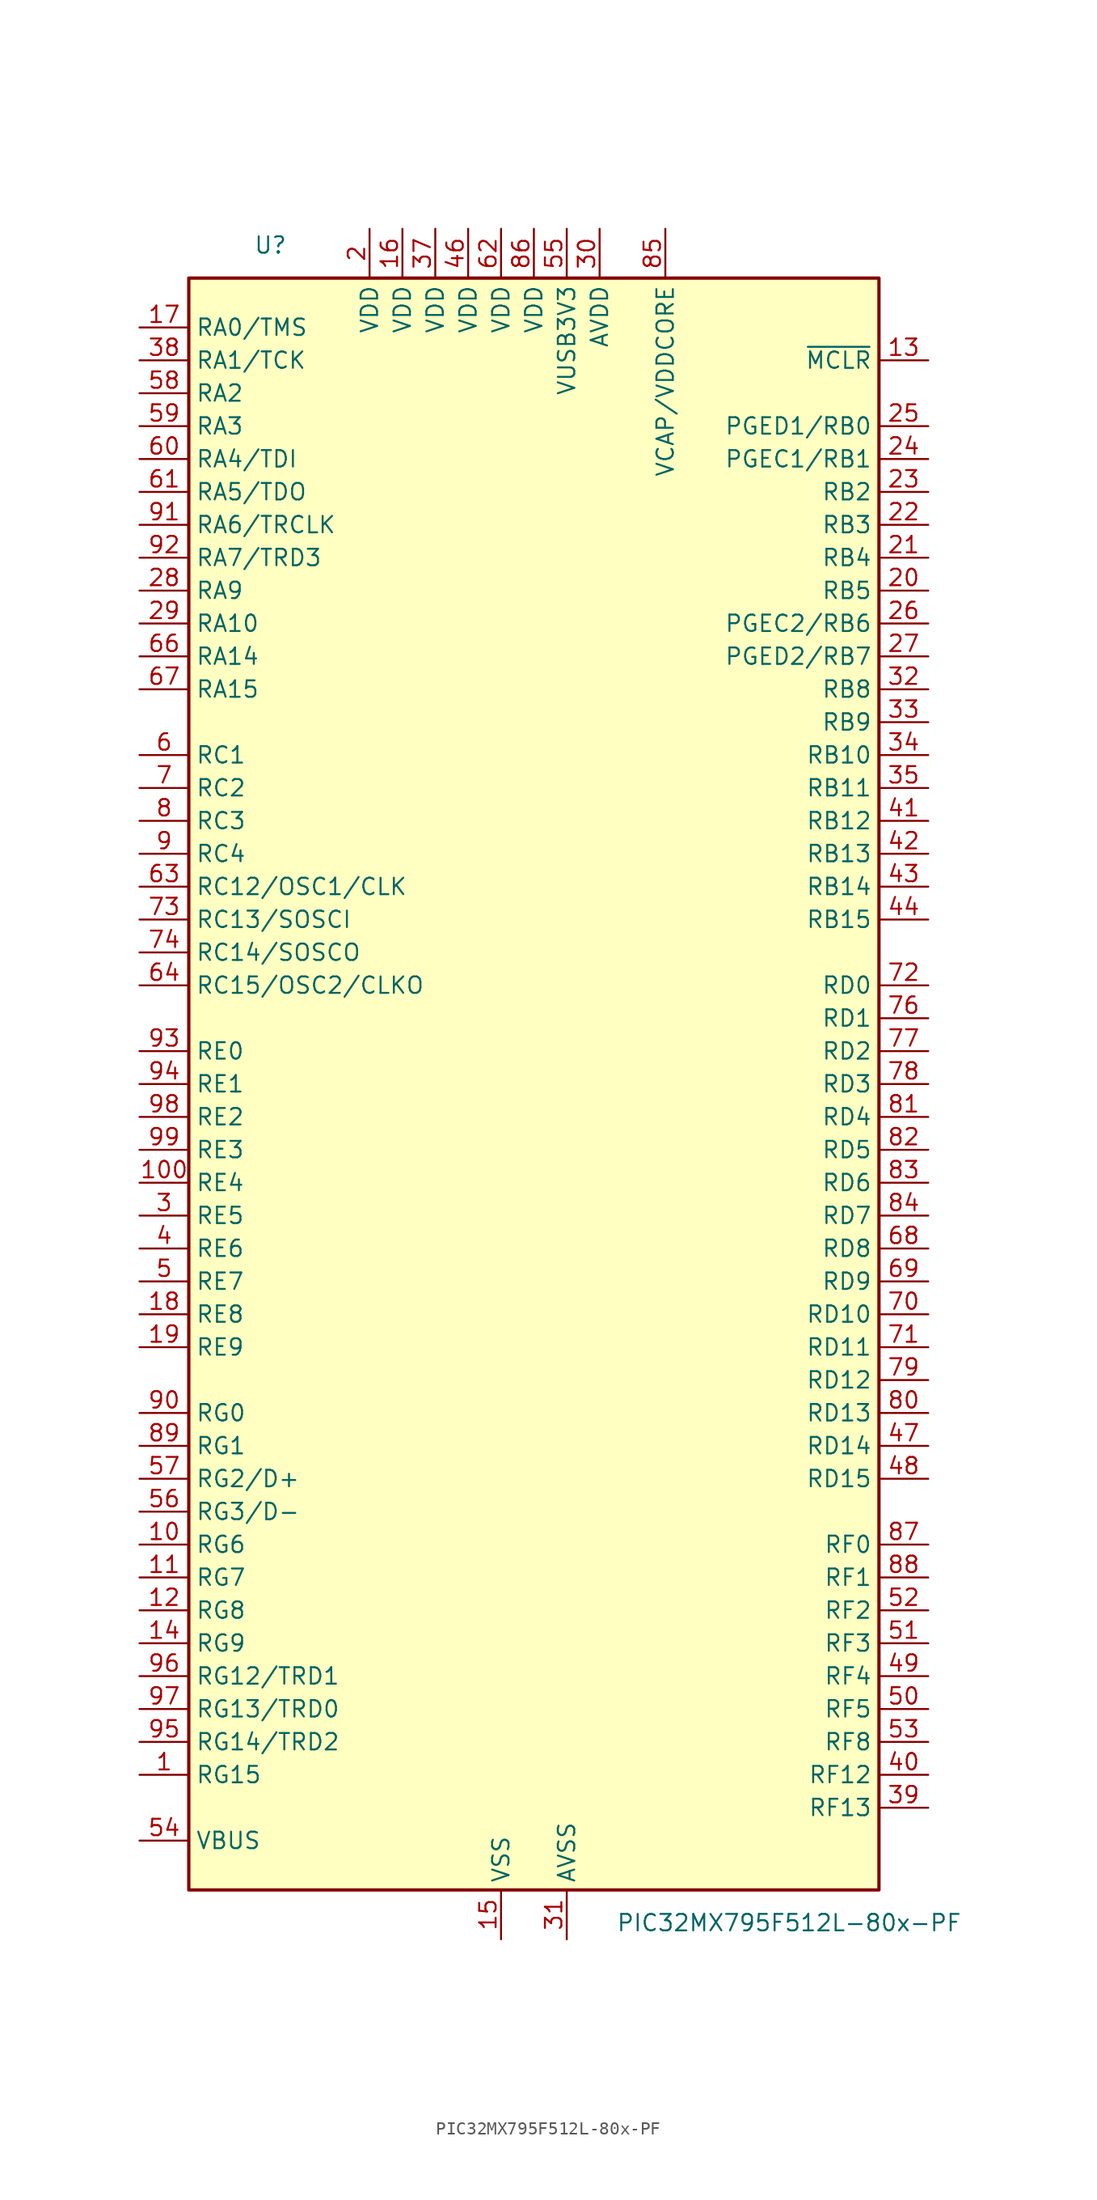
<source format=kicad_sym>
(kicad_symbol_lib
  (version 20211014)
  (generator kicad_symbol_editor)
  (symbol "PIC32MX795F512L-80x-PF"
    (property "Reference" "U"
      (at -19.05 64.77 0)
      (effects (font (size 1.27 1.27)) (justify right)))
    (property "Value" "PIC32MX795F512L-80x-PF"
      (at 6.35 -64.77 0)
      (effects (font (size 1.27 1.27)) (justify left)))
    (symbol "PIC32MX795F512L-80x-PF_0_1"
      (rectangle (start -26.67 62.23) (end 26.67 -62.23) (stroke (width 0.254) (type default) (color 0 0 0 0)) (fill (type background))))
    (symbol "PIC32MX795F512L-80x-PF_1_1"
      (pin bidirectional line (at -30.48 -53.34 0) (length 3.81) (name "RG15" (effects (font (size 1.27 1.27)))) (number "1" (effects (font (size 1.27 1.27)))))
      (pin bidirectional line (at -30.48 -35.56 0) (length 3.81) (name "RG6" (effects (font (size 1.27 1.27)))) (number "10" (effects (font (size 1.27 1.27)))))
      (pin bidirectional line (at -30.48 -7.62 0) (length 3.81) (name "RE4" (effects (font (size 1.27 1.27)))) (number "100" (effects (font (size 1.27 1.27)))))
      (pin bidirectional line (at -30.48 -38.1 0) (length 3.81) (name "RG7" (effects (font (size 1.27 1.27)))) (number "11" (effects (font (size 1.27 1.27)))))
      (pin bidirectional line (at -30.48 -40.64 0) (length 3.81) (name "RG8" (effects (font (size 1.27 1.27)))) (number "12" (effects (font (size 1.27 1.27)))))
      (pin input line (at 30.48 55.88 180) (length 3.81) (name "~{MCLR}" (effects (font (size 1.27 1.27)))) (number "13" (effects (font (size 1.27 1.27)))))
      (pin bidirectional line (at -30.48 -43.18 0) (length 3.81) (name "RG9" (effects (font (size 1.27 1.27)))) (number "14" (effects (font (size 1.27 1.27)))))
      (pin power_in line (at -2.54 -66.04 90) (length 3.81) (name "VSS" (effects (font (size 1.27 1.27)))) (number "15" (effects (font (size 1.27 1.27)))))
      (pin power_in line (at -10.16 66.04 270) (length 3.81) (name "VDD" (effects (font (size 1.27 1.27)))) (number "16" (effects (font (size 1.27 1.27)))))
      (pin bidirectional line (at -30.48 58.42 0) (length 3.81) (name "RA0/TMS" (effects (font (size 1.27 1.27)))) (number "17" (effects (font (size 1.27 1.27)))))
      (pin bidirectional line (at -30.48 -17.78 0) (length 3.81) (name "RE8" (effects (font (size 1.27 1.27)))) (number "18" (effects (font (size 1.27 1.27)))))
      (pin bidirectional line (at -30.48 -20.32 0) (length 3.81) (name "RE9" (effects (font (size 1.27 1.27)))) (number "19" (effects (font (size 1.27 1.27)))))
      (pin power_in line (at -12.7 66.04 270) (length 3.81) (name "VDD" (effects (font (size 1.27 1.27)))) (number "2" (effects (font (size 1.27 1.27)))))
      (pin bidirectional line (at 30.48 38.1 180) (length 3.81) (name "RB5" (effects (font (size 1.27 1.27)))) (number "20" (effects (font (size 1.27 1.27)))))
      (pin bidirectional line (at 30.48 40.64 180) (length 3.81) (name "RB4" (effects (font (size 1.27 1.27)))) (number "21" (effects (font (size 1.27 1.27)))))
      (pin bidirectional line (at 30.48 43.18 180) (length 3.81) (name "RB3" (effects (font (size 1.27 1.27)))) (number "22" (effects (font (size 1.27 1.27)))))
      (pin bidirectional line (at 30.48 45.72 180) (length 3.81) (name "RB2" (effects (font (size 1.27 1.27)))) (number "23" (effects (font (size 1.27 1.27)))))
      (pin bidirectional line (at 30.48 48.26 180) (length 3.81) (name "PGEC1/RB1" (effects (font (size 1.27 1.27)))) (number "24" (effects (font (size 1.27 1.27)))))
      (pin bidirectional line (at 30.48 50.8 180) (length 3.81) (name "PGED1/RB0" (effects (font (size 1.27 1.27)))) (number "25" (effects (font (size 1.27 1.27)))))
      (pin bidirectional line (at 30.48 35.56 180) (length 3.81) (name "PGEC2/RB6" (effects (font (size 1.27 1.27)))) (number "26" (effects (font (size 1.27 1.27)))))
      (pin bidirectional line (at 30.48 33.02 180) (length 3.81) (name "PGED2/RB7" (effects (font (size 1.27 1.27)))) (number "27" (effects (font (size 1.27 1.27)))))
      (pin bidirectional line (at -30.48 38.1 0) (length 3.81) (name "RA9" (effects (font (size 1.27 1.27)))) (number "28" (effects (font (size 1.27 1.27)))))
      (pin bidirectional line (at -30.48 35.56 0) (length 3.81) (name "RA10" (effects (font (size 1.27 1.27)))) (number "29" (effects (font (size 1.27 1.27)))))
      (pin bidirectional line (at -30.48 -10.16 0) (length 3.81) (name "RE5" (effects (font (size 1.27 1.27)))) (number "3" (effects (font (size 1.27 1.27)))))
      (pin power_in line (at 5.08 66.04 270) (length 3.81) (name "AVDD" (effects (font (size 1.27 1.27)))) (number "30" (effects (font (size 1.27 1.27)))))
      (pin power_in line (at 2.54 -66.04 90) (length 3.81) (name "AVSS" (effects (font (size 1.27 1.27)))) (number "31" (effects (font (size 1.27 1.27)))))
      (pin bidirectional line (at 30.48 30.48 180) (length 3.81) (name "RB8" (effects (font (size 1.27 1.27)))) (number "32" (effects (font (size 1.27 1.27)))))
      (pin bidirectional line (at 30.48 27.94 180) (length 3.81) (name "RB9" (effects (font (size 1.27 1.27)))) (number "33" (effects (font (size 1.27 1.27)))))
      (pin bidirectional line (at 30.48 25.4 180) (length 3.81) (name "RB10" (effects (font (size 1.27 1.27)))) (number "34" (effects (font (size 1.27 1.27)))))
      (pin bidirectional line (at 30.48 22.86 180) (length 3.81) (name "RB11" (effects (font (size 1.27 1.27)))) (number "35" (effects (font (size 1.27 1.27)))))
      (pin passive line (at -2.54 -66.04 90) (length 3.81) hide (name "VSS" (effects (font (size 1.27 1.27)))) (number "36" (effects (font (size 1.27 1.27)))))
      (pin power_in line (at -7.62 66.04 270) (length 3.81) (name "VDD" (effects (font (size 1.27 1.27)))) (number "37" (effects (font (size 1.27 1.27)))))
      (pin bidirectional line (at -30.48 55.88 0) (length 3.81) (name "RA1/TCK" (effects (font (size 1.27 1.27)))) (number "38" (effects (font (size 1.27 1.27)))))
      (pin bidirectional line (at 30.48 -55.88 180) (length 3.81) (name "RF13" (effects (font (size 1.27 1.27)))) (number "39" (effects (font (size 1.27 1.27)))))
      (pin bidirectional line (at -30.48 -12.7 0) (length 3.81) (name "RE6" (effects (font (size 1.27 1.27)))) (number "4" (effects (font (size 1.27 1.27)))))
      (pin bidirectional line (at 30.48 -53.34 180) (length 3.81) (name "RF12" (effects (font (size 1.27 1.27)))) (number "40" (effects (font (size 1.27 1.27)))))
      (pin bidirectional line (at 30.48 20.32 180) (length 3.81) (name "RB12" (effects (font (size 1.27 1.27)))) (number "41" (effects (font (size 1.27 1.27)))))
      (pin bidirectional line (at 30.48 17.78 180) (length 3.81) (name "RB13" (effects (font (size 1.27 1.27)))) (number "42" (effects (font (size 1.27 1.27)))))
      (pin bidirectional line (at 30.48 15.24 180) (length 3.81) (name "RB14" (effects (font (size 1.27 1.27)))) (number "43" (effects (font (size 1.27 1.27)))))
      (pin bidirectional line (at 30.48 12.7 180) (length 3.81) (name "RB15" (effects (font (size 1.27 1.27)))) (number "44" (effects (font (size 1.27 1.27)))))
      (pin passive line (at -2.54 -66.04 90) (length 3.81) hide (name "VSS" (effects (font (size 1.27 1.27)))) (number "45" (effects (font (size 1.27 1.27)))))
      (pin power_in line (at -5.08 66.04 270) (length 3.81) (name "VDD" (effects (font (size 1.27 1.27)))) (number "46" (effects (font (size 1.27 1.27)))))
      (pin bidirectional line (at 30.48 -27.94 180) (length 3.81) (name "RD14" (effects (font (size 1.27 1.27)))) (number "47" (effects (font (size 1.27 1.27)))))
      (pin bidirectional line (at 30.48 -30.48 180) (length 3.81) (name "RD15" (effects (font (size 1.27 1.27)))) (number "48" (effects (font (size 1.27 1.27)))))
      (pin bidirectional line (at 30.48 -45.72 180) (length 3.81) (name "RF4" (effects (font (size 1.27 1.27)))) (number "49" (effects (font (size 1.27 1.27)))))
      (pin bidirectional line (at -30.48 -15.24 0) (length 3.81) (name "RE7" (effects (font (size 1.27 1.27)))) (number "5" (effects (font (size 1.27 1.27)))))
      (pin bidirectional line (at 30.48 -48.26 180) (length 3.81) (name "RF5" (effects (font (size 1.27 1.27)))) (number "50" (effects (font (size 1.27 1.27)))))
      (pin bidirectional line (at 30.48 -43.18 180) (length 3.81) (name "RF3" (effects (font (size 1.27 1.27)))) (number "51" (effects (font (size 1.27 1.27)))))
      (pin bidirectional line (at 30.48 -40.64 180) (length 3.81) (name "RF2" (effects (font (size 1.27 1.27)))) (number "52" (effects (font (size 1.27 1.27)))))
      (pin bidirectional line (at 30.48 -50.8 180) (length 3.81) (name "RF8" (effects (font (size 1.27 1.27)))) (number "53" (effects (font (size 1.27 1.27)))))
      (pin input line (at -30.48 -58.42 0) (length 3.81) (name "VBUS" (effects (font (size 1.27 1.27)))) (number "54" (effects (font (size 1.27 1.27)))))
      (pin power_in line (at 2.54 66.04 270) (length 3.81) (name "VUSB3V3" (effects (font (size 1.27 1.27)))) (number "55" (effects (font (size 1.27 1.27)))))
      (pin bidirectional line (at -30.48 -33.02 0) (length 3.81) (name "RG3/D-" (effects (font (size 1.27 1.27)))) (number "56" (effects (font (size 1.27 1.27)))))
      (pin bidirectional line (at -30.48 -30.48 0) (length 3.81) (name "RG2/D+" (effects (font (size 1.27 1.27)))) (number "57" (effects (font (size 1.27 1.27)))))
      (pin bidirectional line (at -30.48 53.34 0) (length 3.81) (name "RA2" (effects (font (size 1.27 1.27)))) (number "58" (effects (font (size 1.27 1.27)))))
      (pin bidirectional line (at -30.48 50.8 0) (length 3.81) (name "RA3" (effects (font (size 1.27 1.27)))) (number "59" (effects (font (size 1.27 1.27)))))
      (pin bidirectional line (at -30.48 25.4 0) (length 3.81) (name "RC1" (effects (font (size 1.27 1.27)))) (number "6" (effects (font (size 1.27 1.27)))))
      (pin bidirectional line (at -30.48 48.26 0) (length 3.81) (name "RA4/TDI" (effects (font (size 1.27 1.27)))) (number "60" (effects (font (size 1.27 1.27)))))
      (pin bidirectional line (at -30.48 45.72 0) (length 3.81) (name "RA5/TDO" (effects (font (size 1.27 1.27)))) (number "61" (effects (font (size 1.27 1.27)))))
      (pin power_in line (at -2.54 66.04 270) (length 3.81) (name "VDD" (effects (font (size 1.27 1.27)))) (number "62" (effects (font (size 1.27 1.27)))))
      (pin bidirectional line (at -30.48 15.24 0) (length 3.81) (name "RC12/OSC1/CLK" (effects (font (size 1.27 1.27)))) (number "63" (effects (font (size 1.27 1.27)))))
      (pin bidirectional line (at -30.48 7.62 0) (length 3.81) (name "RC15/OSC2/CLKO" (effects (font (size 1.27 1.27)))) (number "64" (effects (font (size 1.27 1.27)))))
      (pin passive line (at -2.54 -66.04 90) (length 3.81) hide (name "VSS" (effects (font (size 1.27 1.27)))) (number "65" (effects (font (size 1.27 1.27)))))
      (pin bidirectional line (at -30.48 33.02 0) (length 3.81) (name "RA14" (effects (font (size 1.27 1.27)))) (number "66" (effects (font (size 1.27 1.27)))))
      (pin bidirectional line (at -30.48 30.48 0) (length 3.81) (name "RA15" (effects (font (size 1.27 1.27)))) (number "67" (effects (font (size 1.27 1.27)))))
      (pin bidirectional line (at 30.48 -12.7 180) (length 3.81) (name "RD8" (effects (font (size 1.27 1.27)))) (number "68" (effects (font (size 1.27 1.27)))))
      (pin bidirectional line (at 30.48 -15.24 180) (length 3.81) (name "RD9" (effects (font (size 1.27 1.27)))) (number "69" (effects (font (size 1.27 1.27)))))
      (pin bidirectional line (at -30.48 22.86 0) (length 3.81) (name "RC2" (effects (font (size 1.27 1.27)))) (number "7" (effects (font (size 1.27 1.27)))))
      (pin bidirectional line (at 30.48 -17.78 180) (length 3.81) (name "RD10" (effects (font (size 1.27 1.27)))) (number "70" (effects (font (size 1.27 1.27)))))
      (pin bidirectional line (at 30.48 -20.32 180) (length 3.81) (name "RD11" (effects (font (size 1.27 1.27)))) (number "71" (effects (font (size 1.27 1.27)))))
      (pin bidirectional line (at 30.48 7.62 180) (length 3.81) (name "RD0" (effects (font (size 1.27 1.27)))) (number "72" (effects (font (size 1.27 1.27)))))
      (pin bidirectional line (at -30.48 12.7 0) (length 3.81) (name "RC13/SOSCI" (effects (font (size 1.27 1.27)))) (number "73" (effects (font (size 1.27 1.27)))))
      (pin bidirectional line (at -30.48 10.16 0) (length 3.81) (name "RC14/SOSCO" (effects (font (size 1.27 1.27)))) (number "74" (effects (font (size 1.27 1.27)))))
      (pin passive line (at -2.54 -66.04 90) (length 3.81) hide (name "VSS" (effects (font (size 1.27 1.27)))) (number "75" (effects (font (size 1.27 1.27)))))
      (pin bidirectional line (at 30.48 5.08 180) (length 3.81) (name "RD1" (effects (font (size 1.27 1.27)))) (number "76" (effects (font (size 1.27 1.27)))))
      (pin bidirectional line (at 30.48 2.54 180) (length 3.81) (name "RD2" (effects (font (size 1.27 1.27)))) (number "77" (effects (font (size 1.27 1.27)))))
      (pin bidirectional line (at 30.48 0 180) (length 3.81) (name "RD3" (effects (font (size 1.27 1.27)))) (number "78" (effects (font (size 1.27 1.27)))))
      (pin bidirectional line (at 30.48 -22.86 180) (length 3.81) (name "RD12" (effects (font (size 1.27 1.27)))) (number "79" (effects (font (size 1.27 1.27)))))
      (pin bidirectional line (at -30.48 20.32 0) (length 3.81) (name "RC3" (effects (font (size 1.27 1.27)))) (number "8" (effects (font (size 1.27 1.27)))))
      (pin bidirectional line (at 30.48 -25.4 180) (length 3.81) (name "RD13" (effects (font (size 1.27 1.27)))) (number "80" (effects (font (size 1.27 1.27)))))
      (pin bidirectional line (at 30.48 -2.54 180) (length 3.81) (name "RD4" (effects (font (size 1.27 1.27)))) (number "81" (effects (font (size 1.27 1.27)))))
      (pin bidirectional line (at 30.48 -5.08 180) (length 3.81) (name "RD5" (effects (font (size 1.27 1.27)))) (number "82" (effects (font (size 1.27 1.27)))))
      (pin bidirectional line (at 30.48 -7.62 180) (length 3.81) (name "RD6" (effects (font (size 1.27 1.27)))) (number "83" (effects (font (size 1.27 1.27)))))
      (pin bidirectional line (at 30.48 -10.16 180) (length 3.81) (name "RD7" (effects (font (size 1.27 1.27)))) (number "84" (effects (font (size 1.27 1.27)))))
      (pin power_out line (at 10.16 66.04 270) (length 3.81) (name "VCAP/VDDCORE" (effects (font (size 1.27 1.27)))) (number "85" (effects (font (size 1.27 1.27)))))
      (pin power_in line (at 0 66.04 270) (length 3.81) (name "VDD" (effects (font (size 1.27 1.27)))) (number "86" (effects (font (size 1.27 1.27)))))
      (pin bidirectional line (at 30.48 -35.56 180) (length 3.81) (name "RF0" (effects (font (size 1.27 1.27)))) (number "87" (effects (font (size 1.27 1.27)))))
      (pin bidirectional line (at 30.48 -38.1 180) (length 3.81) (name "RF1" (effects (font (size 1.27 1.27)))) (number "88" (effects (font (size 1.27 1.27)))))
      (pin bidirectional line (at -30.48 -27.94 0) (length 3.81) (name "RG1" (effects (font (size 1.27 1.27)))) (number "89" (effects (font (size 1.27 1.27)))))
      (pin bidirectional line (at -30.48 17.78 0) (length 3.81) (name "RC4" (effects (font (size 1.27 1.27)))) (number "9" (effects (font (size 1.27 1.27)))))
      (pin bidirectional line (at -30.48 -25.4 0) (length 3.81) (name "RG0" (effects (font (size 1.27 1.27)))) (number "90" (effects (font (size 1.27 1.27)))))
      (pin bidirectional line (at -30.48 43.18 0) (length 3.81) (name "RA6/TRCLK" (effects (font (size 1.27 1.27)))) (number "91" (effects (font (size 1.27 1.27)))))
      (pin bidirectional line (at -30.48 40.64 0) (length 3.81) (name "RA7/TRD3" (effects (font (size 1.27 1.27)))) (number "92" (effects (font (size 1.27 1.27)))))
      (pin bidirectional line (at -30.48 2.54 0) (length 3.81) (name "RE0" (effects (font (size 1.27 1.27)))) (number "93" (effects (font (size 1.27 1.27)))))
      (pin bidirectional line (at -30.48 0 0) (length 3.81) (name "RE1" (effects (font (size 1.27 1.27)))) (number "94" (effects (font (size 1.27 1.27)))))
      (pin bidirectional line (at -30.48 -50.8 0) (length 3.81) (name "RG14/TRD2" (effects (font (size 1.27 1.27)))) (number "95" (effects (font (size 1.27 1.27)))))
      (pin bidirectional line (at -30.48 -45.72 0) (length 3.81) (name "RG12/TRD1" (effects (font (size 1.27 1.27)))) (number "96" (effects (font (size 1.27 1.27)))))
      (pin bidirectional line (at -30.48 -48.26 0) (length 3.81) (name "RG13/TRD0" (effects (font (size 1.27 1.27)))) (number "97" (effects (font (size 1.27 1.27)))))
      (pin bidirectional line (at -30.48 -2.54 0) (length 3.81) (name "RE2" (effects (font (size 1.27 1.27)))) (number "98" (effects (font (size 1.27 1.27)))))
      (pin bidirectional line (at -30.48 -5.08 0) (length 3.81) (name "RE3" (effects (font (size 1.27 1.27)))) (number "99" (effects (font (size 1.27 1.27))))))))
</source>
